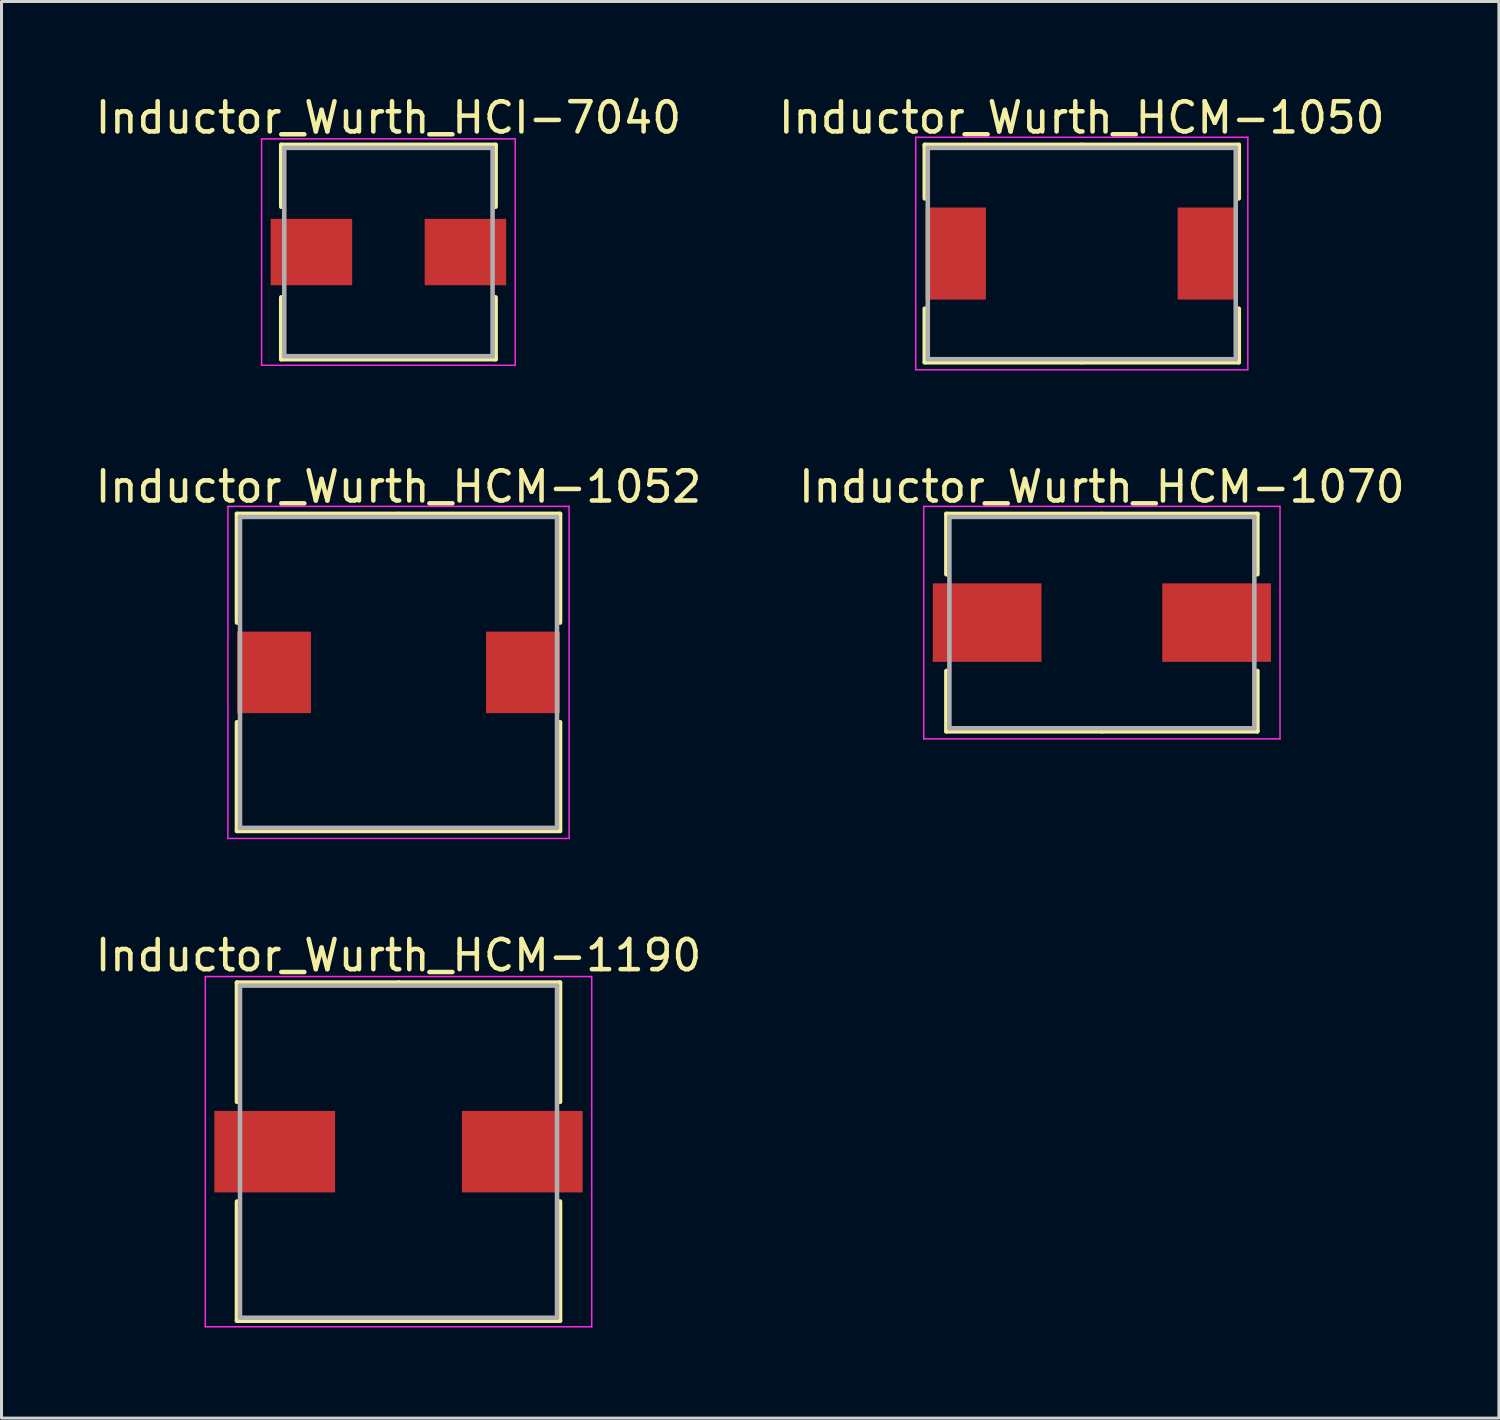
<source format=kicad_pcb>
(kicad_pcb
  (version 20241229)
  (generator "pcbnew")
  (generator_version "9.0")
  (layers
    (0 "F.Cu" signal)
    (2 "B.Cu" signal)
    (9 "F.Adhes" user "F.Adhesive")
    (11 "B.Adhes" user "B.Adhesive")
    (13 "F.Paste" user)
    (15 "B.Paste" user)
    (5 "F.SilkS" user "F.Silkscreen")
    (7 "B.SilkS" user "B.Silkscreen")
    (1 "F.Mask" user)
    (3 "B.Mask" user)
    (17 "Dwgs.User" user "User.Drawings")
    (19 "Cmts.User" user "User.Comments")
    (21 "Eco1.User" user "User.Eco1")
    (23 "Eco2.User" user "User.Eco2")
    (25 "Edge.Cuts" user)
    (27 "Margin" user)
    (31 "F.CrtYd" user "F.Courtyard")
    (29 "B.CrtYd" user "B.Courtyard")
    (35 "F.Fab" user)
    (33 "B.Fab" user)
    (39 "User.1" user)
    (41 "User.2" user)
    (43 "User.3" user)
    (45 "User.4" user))
  (footprint "Inductor_Wurth_HCM-1050"
    (layer "F.Cu")
    (at 32.78 5.348)
    (property "Reference" "Inductor_Wurth_HCM-1050" (at 0 -4.5 0) (layer "F.SilkS") (effects (font (size 1 1) (thickness 0.15))))
    (attr smd)
    (fp_line (start -5.2 -3.6) (end 0 -3.6) (stroke (width 0.15) (type solid)) (layer "F.SilkS"))
    (fp_line (start -5.2 -1.825) (end -5.2 -3.6) (stroke (width 0.15) (type solid)) (layer "F.SilkS"))
    (fp_line (start -5.2 1.825) (end -5.2 3.6) (stroke (width 0.15) (type solid)) (layer "F.SilkS"))
    (fp_line (start -5.2 3.6) (end 0 3.6) (stroke (width 0.15) (type solid)) (layer "F.SilkS"))
    (fp_line (start 5.2 -3.6) (end 0 -3.6) (stroke (width 0.15) (type solid)) (layer "F.SilkS"))
    (fp_line (start 5.2 -1.825) (end 5.2 -3.6) (stroke (width 0.15) (type solid)) (layer "F.SilkS"))
    (fp_line (start 5.2 1.825) (end 5.2 3.6) (stroke (width 0.15) (type solid)) (layer "F.SilkS"))
    (fp_line (start 5.2 3.6) (end 0 3.6) (stroke (width 0.15) (type solid)) (layer "F.SilkS"))
    (fp_line (start -5.5 -3.85) (end -5.5 3.85) (stroke (width 0.05) (type solid)) (layer "F.CrtYd"))
    (fp_line (start -5.5 3.85) (end 5.5 3.85) (stroke (width 0.05) (type solid)) (layer "F.CrtYd"))
    (fp_line (start 5.5 -3.85) (end -5.5 -3.85) (stroke (width 0.05) (type solid)) (layer "F.CrtYd"))
    (fp_line (start 5.5 3.85) (end 5.5 -3.85) (stroke (width 0.05) (type solid)) (layer "F.CrtYd"))
    (fp_line (start -5.1 -3.5) (end -5.1 3.5) (stroke (width 0.15) (type solid)) (layer "F.Fab"))
    (fp_line (start -5.1 3.5) (end 5.1 3.5) (stroke (width 0.15) (type solid)) (layer "F.Fab"))
    (fp_line (start 5.1 -3.5) (end -5.1 -3.5) (stroke (width 0.15) (type solid)) (layer "F.Fab"))
    (fp_line (start 5.1 3.5) (end 5.1 -3.5) (stroke (width 0.15) (type solid)) (layer "F.Fab"))
    (pad "1" smd rect (at -4.175 0) (size 2 3.05) (layers "F.Cu" "F.Mask" "F.Paste"))
    (pad "2" smd rect (at 4.175 0) (size 2 3.05) (layers "F.Cu" "F.Mask" "F.Paste")))
  (footprint "Inductor_Wurth_HCM-1070"
    (layer "F.Cu")
    (at 33.446 17.572)
    (property "Reference" "Inductor_Wurth_HCM-1070" (at 0 -4.5 0) (layer "F.SilkS") (effects (font (size 1 1) (thickness 0.15))))
    (attr smd)
    (fp_line (start -5.15 -3.6) (end 0 -3.6) (stroke (width 0.15) (type solid)) (layer "F.SilkS"))
    (fp_line (start -5.15 -1.6) (end -5.15 -3.6) (stroke (width 0.15) (type solid)) (layer "F.SilkS"))
    (fp_line (start -5.15 1.6) (end -5.15 3.6) (stroke (width 0.15) (type solid)) (layer "F.SilkS"))
    (fp_line (start -5.15 3.6) (end 0 3.6) (stroke (width 0.15) (type solid)) (layer "F.SilkS"))
    (fp_line (start 5.15 -3.6) (end 0 -3.6) (stroke (width 0.15) (type solid)) (layer "F.SilkS"))
    (fp_line (start 5.15 -1.6) (end 5.15 -3.6) (stroke (width 0.15) (type solid)) (layer "F.SilkS"))
    (fp_line (start 5.15 1.6) (end 5.15 3.6) (stroke (width 0.15) (type solid)) (layer "F.SilkS"))
    (fp_line (start 5.15 3.6) (end 0 3.6) (stroke (width 0.15) (type solid)) (layer "F.SilkS"))
    (fp_line (start -5.9 -3.85) (end -5.9 3.85) (stroke (width 0.05) (type solid)) (layer "F.CrtYd"))
    (fp_line (start -5.9 3.85) (end 5.9 3.85) (stroke (width 0.05) (type solid)) (layer "F.CrtYd"))
    (fp_line (start 5.9 -3.85) (end -5.9 -3.85) (stroke (width 0.05) (type solid)) (layer "F.CrtYd"))
    (fp_line (start 5.9 3.85) (end 5.9 -3.85) (stroke (width 0.05) (type solid)) (layer "F.CrtYd"))
    (fp_line (start -5.05 -3.5) (end -5.05 3.5) (stroke (width 0.15) (type solid)) (layer "F.Fab"))
    (fp_line (start -5.05 3.5) (end 5.05 3.5) (stroke (width 0.15) (type solid)) (layer "F.Fab"))
    (fp_line (start 5.05 -3.5) (end -5.05 -3.5) (stroke (width 0.15) (type solid)) (layer "F.Fab"))
    (fp_line (start 5.05 3.5) (end 5.05 -3.5) (stroke (width 0.15) (type solid)) (layer "F.Fab"))
    (pad "1" smd rect (at -3.8 0) (size 3.6 2.6) (layers "F.Cu" "F.Mask" "F.Paste"))
    (pad "2" smd rect (at 3.8 0) (size 3.6 2.6) (layers "F.Cu" "F.Mask" "F.Paste")))
  (footprint "Inductor_Wurth_HCI-7040"
    (layer "F.Cu")
    (at 9.815 5.298)
    (property "Reference" "Inductor_Wurth_HCI-7040" (at 0 -4.45 0) (layer "F.SilkS") (effects (font (size 1 1) (thickness 0.15))))
    (attr smd)
    (fp_line (start -3.55 -3.55) (end 3.55 -3.55) (stroke (width 0.15) (type solid)) (layer "F.SilkS"))
    (fp_line (start -3.55 -1.5) (end -3.55 -3.55) (stroke (width 0.15) (type solid)) (layer "F.SilkS"))
    (fp_line (start -3.55 1.5) (end -3.55 3.55) (stroke (width 0.15) (type solid)) (layer "F.SilkS"))
    (fp_line (start -3.55 3.55) (end 3.55 3.55) (stroke (width 0.15) (type solid)) (layer "F.SilkS"))
    (fp_line (start 3.55 -3.55) (end 3.55 -1.5) (stroke (width 0.15) (type solid)) (layer "F.SilkS"))
    (fp_line (start 3.55 3.55) (end 3.55 1.5) (stroke (width 0.15) (type solid)) (layer "F.SilkS"))
    (fp_line (start -4.2 -3.75) (end -4.2 3.75) (stroke (width 0.05) (type solid)) (layer "F.CrtYd"))
    (fp_line (start -4.2 3.75) (end 4.2 3.75) (stroke (width 0.05) (type solid)) (layer "F.CrtYd"))
    (fp_line (start 4.2 -3.75) (end -4.2 -3.75) (stroke (width 0.05) (type solid)) (layer "F.CrtYd"))
    (fp_line (start 4.2 3.75) (end 4.2 -3.75) (stroke (width 0.05) (type solid)) (layer "F.CrtYd"))
    (fp_line (start -3.45 -3.45) (end -3.45 3.45) (stroke (width 0.15) (type solid)) (layer "F.Fab"))
    (fp_line (start -3.45 3.45) (end 3.45 3.45) (stroke (width 0.15) (type solid)) (layer "F.Fab"))
    (fp_line (start 3.45 -3.45) (end -3.45 -3.45) (stroke (width 0.15) (type solid)) (layer "F.Fab"))
    (fp_line (start 3.45 3.45) (end 3.45 -3.45) (stroke (width 0.15) (type solid)) (layer "F.Fab"))
    (pad "1" smd rect (at -2.55 0) (size 2.7 2.2) (layers "F.Cu" "F.Mask" "F.Paste"))
    (pad "2" smd rect (at 2.55 0) (size 2.7 2.2) (layers "F.Cu" "F.Mask" "F.Paste")))
  (footprint "Inductor_Wurth_HCM-1052"
    (layer "F.Cu")
    (at 10.149 19.221)
    (property "Reference" "Inductor_Wurth_HCM-1052" (at 0 -6.15 0) (layer "F.SilkS") (effects (font (size 1 1) (thickness 0.15))))
    (attr smd)
    (fp_line (start -5.35 -5.25) (end 0 -5.25) (stroke (width 0.15) (type solid)) (layer "F.SilkS"))
    (fp_line (start -5.35 -1.65) (end -5.35 -5.25) (stroke (width 0.15) (type solid)) (layer "F.SilkS"))
    (fp_line (start -5.35 1.65) (end -5.35 5.25) (stroke (width 0.15) (type solid)) (layer "F.SilkS"))
    (fp_line (start -5.35 5.25) (end 0 5.25) (stroke (width 0.15) (type solid)) (layer "F.SilkS"))
    (fp_line (start 5.35 -5.25) (end 0 -5.25) (stroke (width 0.15) (type solid)) (layer "F.SilkS"))
    (fp_line (start 5.35 -1.65) (end 5.35 -5.25) (stroke (width 0.15) (type solid)) (layer "F.SilkS"))
    (fp_line (start 5.35 1.65) (end 5.35 5.25) (stroke (width 0.15) (type solid)) (layer "F.SilkS"))
    (fp_line (start 5.35 5.25) (end 0 5.25) (stroke (width 0.15) (type solid)) (layer "F.SilkS"))
    (fp_line (start -5.65 -5.5) (end -5.65 5.5) (stroke (width 0.05) (type solid)) (layer "F.CrtYd"))
    (fp_line (start -5.65 5.5) (end 5.65 5.5) (stroke (width 0.05) (type solid)) (layer "F.CrtYd"))
    (fp_line (start 5.65 -5.5) (end -5.65 -5.5) (stroke (width 0.05) (type solid)) (layer "F.CrtYd"))
    (fp_line (start 5.65 5.5) (end 5.65 -5.5) (stroke (width 0.05) (type solid)) (layer "F.CrtYd"))
    (fp_line (start -5.25 -5.15) (end -5.25 5.15) (stroke (width 0.15) (type solid)) (layer "F.Fab"))
    (fp_line (start -5.25 5.15) (end 5.25 5.15) (stroke (width 0.15) (type solid)) (layer "F.Fab"))
    (fp_line (start 5.25 -5.15) (end -5.25 -5.15) (stroke (width 0.15) (type solid)) (layer "F.Fab"))
    (fp_line (start 5.25 5.15) (end 5.25 -5.15) (stroke (width 0.15) (type solid)) (layer "F.Fab"))
    (pad "1" smd rect (at -4.125 0) (size 2.45 2.7) (layers "F.Cu" "F.Mask" "F.Paste"))
    (pad "2" smd rect (at 4.125 0) (size 2.45 2.7) (layers "F.Cu" "F.Mask" "F.Paste")))
  (footprint "Inductor_Wurth_HCM-1190"
    (layer "F.Cu")
    (at 10.149 35.095)
    (property "Reference" "Inductor_Wurth_HCM-1190" (at 0 -6.5 0) (layer "F.SilkS") (effects (font (size 1 1) (thickness 0.15))))
    (attr smd)
    (fp_line (start -5.35 -5.6) (end 0 -5.6) (stroke (width 0.15) (type solid)) (layer "F.SilkS"))
    (fp_line (start -5.35 -1.65) (end -5.35 -5.6) (stroke (width 0.15) (type solid)) (layer "F.SilkS"))
    (fp_line (start -5.35 1.65) (end -5.35 5.6) (stroke (width 0.15) (type solid)) (layer "F.SilkS"))
    (fp_line (start -5.35 5.6) (end 0 5.6) (stroke (width 0.15) (type solid)) (layer "F.SilkS"))
    (fp_line (start 5.35 -5.6) (end 0 -5.6) (stroke (width 0.15) (type solid)) (layer "F.SilkS"))
    (fp_line (start 5.35 -1.65) (end 5.35 -5.6) (stroke (width 0.15) (type solid)) (layer "F.SilkS"))
    (fp_line (start 5.35 1.65) (end 5.35 5.6) (stroke (width 0.15) (type solid)) (layer "F.SilkS"))
    (fp_line (start 5.35 5.6) (end 0 5.6) (stroke (width 0.15) (type solid)) (layer "F.SilkS"))
    (fp_line (start -6.4 -5.8) (end -6.4 5.8) (stroke (width 0.05) (type solid)) (layer "F.CrtYd"))
    (fp_line (start -6.4 5.8) (end 6.4 5.8) (stroke (width 0.05) (type solid)) (layer "F.CrtYd"))
    (fp_line (start 6.4 -5.8) (end -6.4 -5.8) (stroke (width 0.05) (type solid)) (layer "F.CrtYd"))
    (fp_line (start 6.4 5.8) (end 6.4 -5.8) (stroke (width 0.05) (type solid)) (layer "F.CrtYd"))
    (fp_line (start -5.25 -5.5) (end -5.25 5.5) (stroke (width 0.15) (type solid)) (layer "F.Fab"))
    (fp_line (start -5.25 5.5) (end 5.25 5.5) (stroke (width 0.15) (type solid)) (layer "F.Fab"))
    (fp_line (start 5.25 -5.5) (end -5.25 -5.5) (stroke (width 0.15) (type solid)) (layer "F.Fab"))
    (fp_line (start 5.25 5.5) (end 5.25 -5.5) (stroke (width 0.15) (type solid)) (layer "F.Fab"))
    (pad "1" smd rect (at -4.1 0) (size 4 2.7) (layers "F.Cu" "F.Mask" "F.Paste"))
    (pad "2" smd rect (at 4.1 0) (size 4 2.7) (layers "F.Cu" "F.Mask" "F.Paste")))
  (gr_rect
    (start -3 -3)
    (end 46.595 43.92)
    (stroke (width 0.1) (type default))
    (fill no)
    (layer "Edge.Cuts")))
</source>
